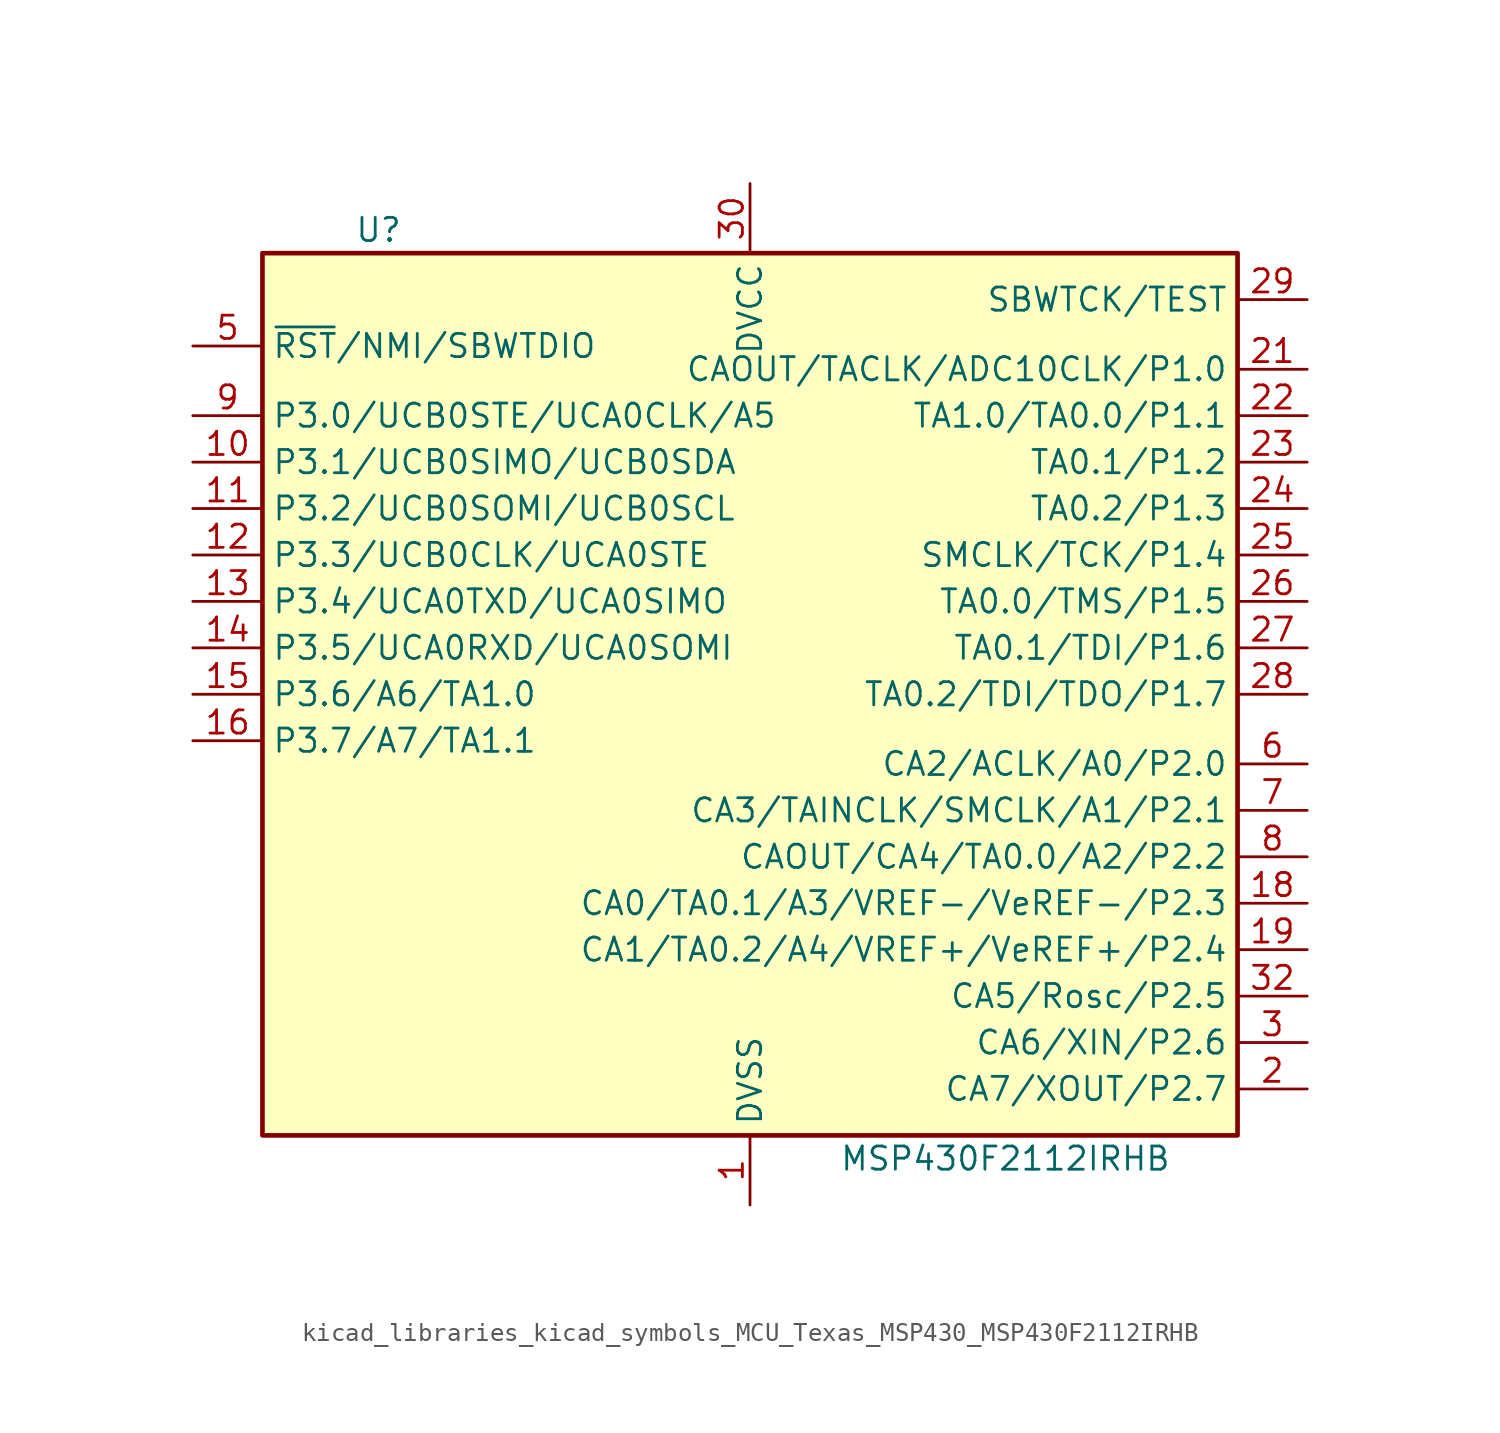
<source format=kicad_sym>
(kicad_symbol_lib
  (version 20220914)
  (generator kicad_symbol_editor)
  (symbol "kicad_libraries_kicad_symbols_MCU_Texas_MSP430_MSP430F2112IRHB"
    (property "Reference" "U"
      (at -20.32 25.4 0)
      (effects (font (size 1.27 1.27))))
    (property "Value" "MSP430F2112IRHB"
      (at 13.97 -25.4 0)
      (effects (font (size 1.27 1.27))))
    (symbol "kicad_libraries_kicad_symbols_MCU_Texas_MSP430_MSP430F2112IRHB_0_1"
      (rectangle (start -26.67 24.13) (end 26.67 -24.13) (stroke (width 0.254) (type default)) (fill (type background))))
    (symbol "kicad_libraries_kicad_symbols_MCU_Texas_MSP430_MSP430F2112IRHB_1_1"
      (pin power_in line (at 0 -27.94 90) (length 3.81) (name "DVSS" (effects (font (size 1.27 1.27)))) (number "1" (effects (font (size 1.27 1.27)))))
      (pin bidirectional line (at -30.48 12.7 0) (length 3.81) (name "P3.1/UCB0SIMO/UCB0SDA" (effects (font (size 1.27 1.27)))) (number "10" (effects (font (size 1.27 1.27)))))
      (pin bidirectional line (at -30.48 10.16 0) (length 3.81) (name "P3.2/UCB0SOMI/UCB0SCL" (effects (font (size 1.27 1.27)))) (number "11" (effects (font (size 1.27 1.27)))))
      (pin bidirectional line (at -30.48 7.62 0) (length 3.81) (name "P3.3/UCB0CLK/UCA0STE" (effects (font (size 1.27 1.27)))) (number "12" (effects (font (size 1.27 1.27)))))
      (pin bidirectional line (at -30.48 5.08 0) (length 3.81) (name "P3.4/UCA0TXD/UCA0SIMO" (effects (font (size 1.27 1.27)))) (number "13" (effects (font (size 1.27 1.27)))))
      (pin bidirectional line (at -30.48 2.54 0) (length 3.81) (name "P3.5/UCA0RXD/UCA0SOMI" (effects (font (size 1.27 1.27)))) (number "14" (effects (font (size 1.27 1.27)))))
      (pin bidirectional line (at -30.48 0 0) (length 3.81) (name "P3.6/A6/TA1.0" (effects (font (size 1.27 1.27)))) (number "15" (effects (font (size 1.27 1.27)))))
      (pin bidirectional line (at -30.48 -2.54 0) (length 3.81) (name "P3.7/A7/TA1.1" (effects (font (size 1.27 1.27)))) (number "16" (effects (font (size 1.27 1.27)))))
      (pin bidirectional line (at 30.48 -11.43 180) (length 3.81) (name "CA0/TA0.1/A3/VREF-/VeREF-/P2.3" (effects (font (size 1.27 1.27)))) (number "18" (effects (font (size 1.27 1.27)))))
      (pin bidirectional line (at 30.48 -13.97 180) (length 3.81) (name "CA1/TA0.2/A4/VREF+/VeREF+/P2.4" (effects (font (size 1.27 1.27)))) (number "19" (effects (font (size 1.27 1.27)))))
      (pin bidirectional line (at 30.48 -21.59 180) (length 3.81) (name "CA7/XOUT/P2.7" (effects (font (size 1.27 1.27)))) (number "2" (effects (font (size 1.27 1.27)))))
      (pin bidirectional line (at 30.48 17.78 180) (length 3.81) (name "CAOUT/TACLK/ADC10CLK/P1.0" (effects (font (size 1.27 1.27)))) (number "21" (effects (font (size 1.27 1.27)))))
      (pin bidirectional line (at 30.48 15.24 180) (length 3.81) (name "TA1.0/TA0.0/P1.1" (effects (font (size 1.27 1.27)))) (number "22" (effects (font (size 1.27 1.27)))))
      (pin bidirectional line (at 30.48 12.7 180) (length 3.81) (name "TA0.1/P1.2" (effects (font (size 1.27 1.27)))) (number "23" (effects (font (size 1.27 1.27)))))
      (pin bidirectional line (at 30.48 10.16 180) (length 3.81) (name "TA0.2/P1.3" (effects (font (size 1.27 1.27)))) (number "24" (effects (font (size 1.27 1.27)))))
      (pin bidirectional line (at 30.48 7.62 180) (length 3.81) (name "SMCLK/TCK/P1.4" (effects (font (size 1.27 1.27)))) (number "25" (effects (font (size 1.27 1.27)))))
      (pin bidirectional line (at 30.48 5.08 180) (length 3.81) (name "TA0.0/TMS/P1.5" (effects (font (size 1.27 1.27)))) (number "26" (effects (font (size 1.27 1.27)))))
      (pin bidirectional line (at 30.48 2.54 180) (length 3.81) (name "TA0.1/TDI/P1.6" (effects (font (size 1.27 1.27)))) (number "27" (effects (font (size 1.27 1.27)))))
      (pin bidirectional line (at 30.48 0 180) (length 3.81) (name "TA0.2/TDI/TDO/P1.7" (effects (font (size 1.27 1.27)))) (number "28" (effects (font (size 1.27 1.27)))))
      (pin input line (at 30.48 21.59 180) (length 3.81) (name "SBWTCK/TEST" (effects (font (size 1.27 1.27)))) (number "29" (effects (font (size 1.27 1.27)))))
      (pin bidirectional line (at 30.48 -19.05 180) (length 3.81) (name "CA6/XIN/P2.6" (effects (font (size 1.27 1.27)))) (number "3" (effects (font (size 1.27 1.27)))))
      (pin power_in line (at 0 27.94 270) (length 3.81) (name "DVCC" (effects (font (size 1.27 1.27)))) (number "30" (effects (font (size 1.27 1.27)))))
      (pin bidirectional line (at 30.48 -16.51 180) (length 3.81) (name "CA5/Rosc/P2.5" (effects (font (size 1.27 1.27)))) (number "32" (effects (font (size 1.27 1.27)))))
      (pin bidirectional line (at -30.48 19.05 0) (length 3.81) (name "~{RST}/NMI/SBWTDIO" (effects (font (size 1.27 1.27)))) (number "5" (effects (font (size 1.27 1.27)))))
      (pin bidirectional line (at 30.48 -3.81 180) (length 3.81) (name "CA2/ACLK/A0/P2.0" (effects (font (size 1.27 1.27)))) (number "6" (effects (font (size 1.27 1.27)))))
      (pin bidirectional line (at 30.48 -6.35 180) (length 3.81) (name "CA3/TAINCLK/SMCLK/A1/P2.1" (effects (font (size 1.27 1.27)))) (number "7" (effects (font (size 1.27 1.27)))))
      (pin bidirectional line (at 30.48 -8.89 180) (length 3.81) (name "CAOUT/CA4/TA0.0/A2/P2.2" (effects (font (size 1.27 1.27)))) (number "8" (effects (font (size 1.27 1.27)))))
      (pin bidirectional line (at -30.48 15.24 0) (length 3.81) (name "P3.0/UCB0STE/UCA0CLK/A5" (effects (font (size 1.27 1.27)))) (number "9" (effects (font (size 1.27 1.27))))))))
</source>
